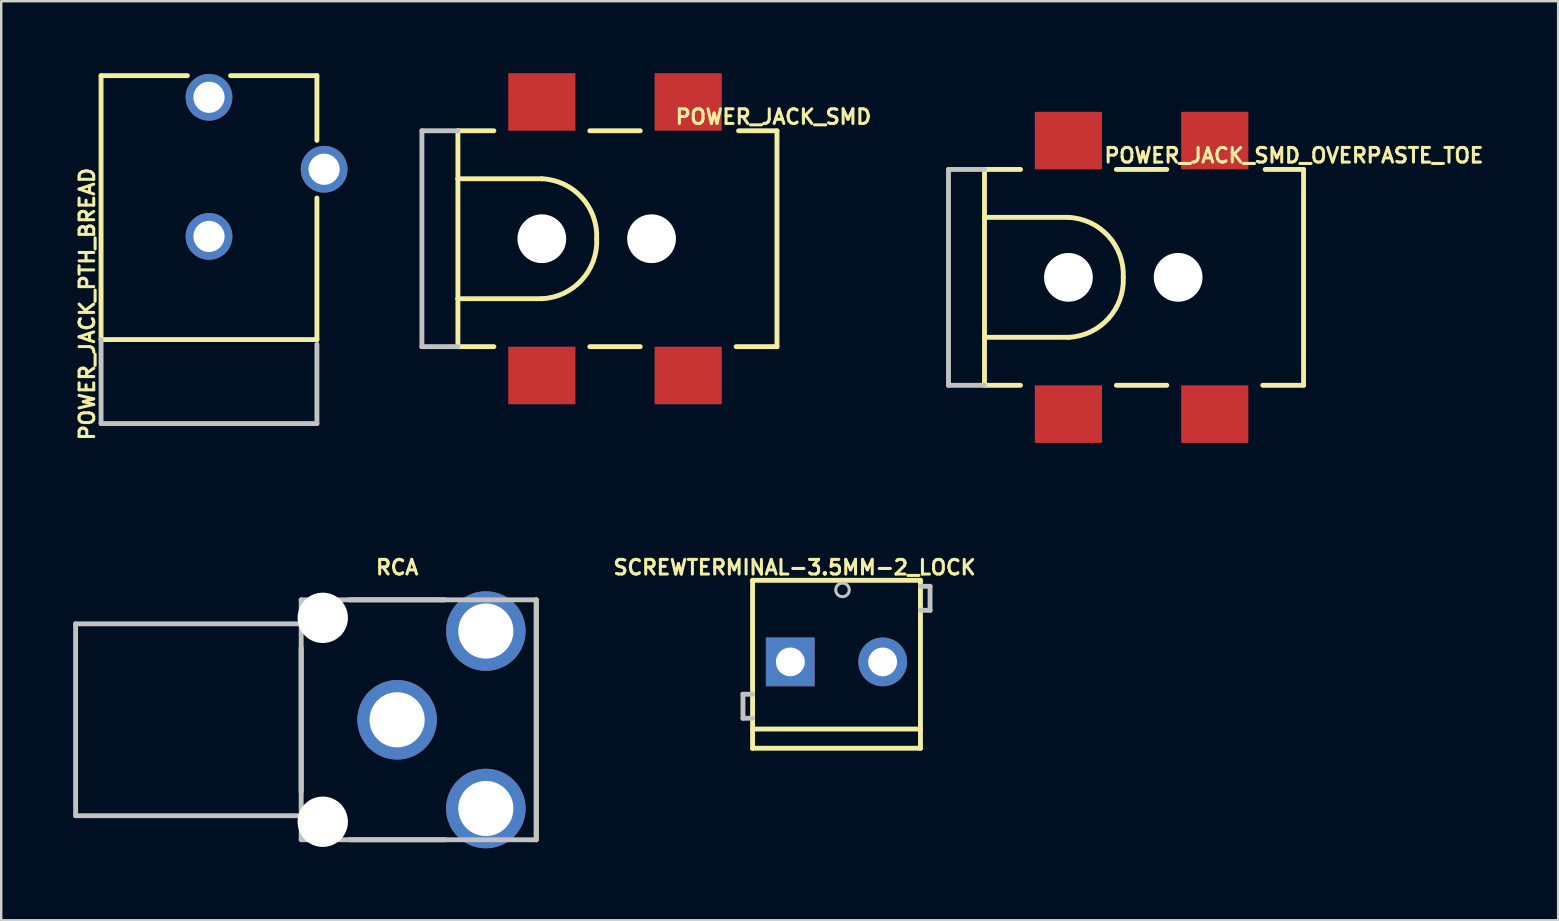
<source format=kicad_pcb>
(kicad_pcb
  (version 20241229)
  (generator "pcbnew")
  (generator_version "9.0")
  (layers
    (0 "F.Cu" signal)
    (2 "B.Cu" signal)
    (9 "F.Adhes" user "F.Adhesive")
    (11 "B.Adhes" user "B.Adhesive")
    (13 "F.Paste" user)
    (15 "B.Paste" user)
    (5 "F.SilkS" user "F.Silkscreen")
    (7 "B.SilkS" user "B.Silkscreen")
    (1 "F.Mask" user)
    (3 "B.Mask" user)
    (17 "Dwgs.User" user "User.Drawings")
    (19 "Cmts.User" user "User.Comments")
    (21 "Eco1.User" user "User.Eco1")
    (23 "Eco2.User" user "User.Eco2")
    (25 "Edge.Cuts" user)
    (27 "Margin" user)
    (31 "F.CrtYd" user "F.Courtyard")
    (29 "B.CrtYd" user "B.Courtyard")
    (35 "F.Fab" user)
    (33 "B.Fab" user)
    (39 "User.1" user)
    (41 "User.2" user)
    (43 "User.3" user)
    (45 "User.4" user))
  (footprint "SCREWTERMINAL-3.5MM-2_LOCK"
    (layer "F.Cu")
    (at 30.063 24.535)
    (property "Reference" "SCREWTERMINAL-3.5MM-2_LOCK" (at 0 -3.937 0) (layer "F.SilkS") (effects (font (size 0.61 0.61) (thickness 0.127))))
    (attr exclude_from_pos_files exclude_from_bom)
    (fp_line (start -1.748 -3.399) (end 5.248 -3.399) (stroke (width 0.203) (type solid)) (layer "F.SilkS"))
    (fp_line (start -1.748 2.799) (end -1.748 -3.399) (stroke (width 0.203) (type solid)) (layer "F.SilkS"))
    (fp_line (start -1.748 3.599) (end -1.748 2.799) (stroke (width 0.203) (type solid)) (layer "F.SilkS"))
    (fp_line (start 5.248 -3.399) (end 5.248 2.799) (stroke (width 0.203) (type solid)) (layer "F.SilkS"))
    (fp_line (start 5.248 2.799) (end -1.748 2.799) (stroke (width 0.203) (type solid)) (layer "F.SilkS"))
    (fp_line (start 5.248 2.799) (end 5.248 3.599) (stroke (width 0.203) (type solid)) (layer "F.SilkS"))
    (fp_line (start 5.248 3.599) (end -1.748 3.599) (stroke (width 0.203) (type solid)) (layer "F.SilkS"))
    (fp_line (start -2.149 1.349) (end -2.149 2.349) (stroke (width 0.203) (type solid)) (layer "Dwgs.User"))
    (fp_line (start -2.149 2.349) (end -1.748 2.349) (stroke (width 0.203) (type solid)) (layer "Dwgs.User"))
    (fp_line (start -1.748 1.349) (end -2.149 1.349) (stroke (width 0.203) (type solid)) (layer "Dwgs.User"))
    (fp_line (start 5.248 -3.15) (end 5.649 -3.15) (stroke (width 0.203) (type solid)) (layer "Dwgs.User"))
    (fp_line (start 5.649 -3.15) (end 5.649 -2.149) (stroke (width 0.203) (type solid)) (layer "Dwgs.User"))
    (fp_line (start 5.649 -2.149) (end 5.248 -2.149) (stroke (width 0.203) (type solid)) (layer "Dwgs.User"))
    (fp_circle (center 0 0) (end 0 -0.432) (stroke (width 0.025) (type solid)) (fill no) (layer "Dwgs.User"))
    (fp_circle (center 1.999 -3) (end 1.999 -3.282) (stroke (width 0.127) (type solid)) (fill no) (layer "Dwgs.User"))
    (fp_circle (center 3.498 0) (end 3.498 -0.432) (stroke (width 0.025) (type solid)) (fill no) (layer "Dwgs.User"))
    (pad "1" thru_hole rect (at -0.178 0) (size 2.032 2.032) (drill 1.199) (layers "*.Cu" "*.Mask"))
    (pad "2" thru_hole circle (at 3.675 0) (size 2.032 2.032) (drill 1.199) (layers "*.Cu" "*.Mask")))
  (footprint "POWER_JACK_SMD"
    (layer "F.Cu")
    (at 19.532 6.899)
    (property "Reference" "POWER_JACK_SMD" (at 9.652 -5.08 0) (layer "F.SilkS") (effects (font (size 0.61 0.61) (thickness 0.127))))
    (attr smd)
    (fp_line (start -3.498 -4.498) (end -3.498 -2.499) (stroke (width 0.203) (type solid)) (layer "F.SilkS"))
    (fp_line (start -3.498 -4.498) (end -1.999 -4.498) (stroke (width 0.203) (type solid)) (layer "F.SilkS"))
    (fp_line (start -3.498 -2.499) (end -3.498 2.499) (stroke (width 0.203) (type solid)) (layer "F.SilkS"))
    (fp_line (start -3.498 -2.499) (end 0 -2.499) (stroke (width 0.203) (type solid)) (layer "F.SilkS"))
    (fp_line (start -3.498 2.499) (end -3.498 4.498) (stroke (width 0.203) (type solid)) (layer "F.SilkS"))
    (fp_line (start -1.999 4.498) (end -3.498 4.498) (stroke (width 0.203) (type solid)) (layer "F.SilkS"))
    (fp_line (start 0 2.499) (end -3.498 2.499) (stroke (width 0.203) (type solid)) (layer "F.SilkS"))
    (fp_line (start 1.999 -4.498) (end 4.1 -4.498) (stroke (width 0.203) (type solid)) (layer "F.SilkS"))
    (fp_line (start 4.1 4.498) (end 1.999 4.498) (stroke (width 0.203) (type solid)) (layer "F.SilkS"))
    (fp_line (start 8.199 -4.498) (end 9.799 -4.498) (stroke (width 0.203) (type solid)) (layer "F.SilkS"))
    (fp_line (start 9.799 -4.498) (end 9.799 4.498) (stroke (width 0.203) (type solid)) (layer "F.SilkS"))
    (fp_line (start 9.799 4.498) (end 8.098 4.498) (stroke (width 0.203) (type solid)) (layer "F.SilkS"))
    (fp_arc (start 0 -2.49936) (mid 1.660634 -1.723126) (end 2.286 0) (stroke (width 0.2032) (type solid)) (layer "F.SilkS"))
    (fp_arc (start 2.286 0) (mid 1.660634 1.723126) (end 0 2.49936) (stroke (width 0.2032) (type solid)) (layer "F.SilkS"))
    (fp_line (start -4.999 -4.498) (end -4.999 4.498) (stroke (width 0.203) (type solid)) (layer "Dwgs.User"))
    (fp_line (start -4.999 -4.498) (end -3.498 -4.498) (stroke (width 0.203) (type solid)) (layer "Dwgs.User"))
    (fp_line (start -3.498 4.498) (end -4.999 4.498) (stroke (width 0.203) (type solid)) (layer "Dwgs.User"))
    (pad "" np_thru_hole circle (at 0 0) (size 2.032 2.032) (drill 2.032) (layers "*.Cu" "*.Mask"))
    (pad "" np_thru_hole circle (at 4.572 0) (size 2.032 2.032) (drill 2.032) (layers "*.Cu" "*.Mask"))
    (pad "GND" smd rect (at 0 5.7) (size 2.799 2.398) (layers "F.Cu" "F.Mask" "F.Paste"))
    (pad "P$4" smd rect (at 6.099 5.7) (size 2.799 2.398) (layers "F.Cu" "F.Mask" "F.Paste"))
    (pad "VIN0" smd rect (at 0 -5.7) (size 2.799 2.398) (layers "F.Cu" "F.Mask" "F.Paste"))
    (pad "VIN1" smd rect (at 6.099 -5.7) (size 2.799 2.398) (layers "F.Cu" "F.Mask" "F.Paste")))
  (footprint "RCA"
    (layer "F.Cu")
    (at 13.5 26.948)
    (property "Reference" "RCA" (at 0 -6.35 0) (layer "F.SilkS") (effects (font (size 0.61 0.61) (thickness 0.127))))
    (attr exclude_from_pos_files exclude_from_bom)
    (fp_line (start -3.998 -3) (end -3.998 3) (stroke (width 0.203) (type solid)) (layer "F.SilkS"))
    (fp_line (start -1.999 -4.999) (end 1.999 -4.999) (stroke (width 0.203) (type solid)) (layer "F.SilkS"))
    (fp_line (start -1.999 4.999) (end 1.999 4.999) (stroke (width 0.203) (type solid)) (layer "F.SilkS"))
    (fp_line (start 5.799 -4.999) (end 5.799 4.999) (stroke (width 0.203) (type solid)) (layer "F.SilkS"))
    (fp_line (start -13.399 -3.998) (end -13.399 3.998) (stroke (width 0.203) (type solid)) (layer "Dwgs.User"))
    (fp_line (start -13.399 3.998) (end -3.998 3.998) (stroke (width 0.203) (type solid)) (layer "Dwgs.User"))
    (fp_line (start -3.998 -4.999) (end -3.998 4.999) (stroke (width 0.203) (type solid)) (layer "Dwgs.User"))
    (fp_line (start -3.998 -3.998) (end -13.399 -3.998) (stroke (width 0.203) (type solid)) (layer "Dwgs.User"))
    (fp_line (start -3.998 4.999) (end 5.799 4.999) (stroke (width 0.203) (type solid)) (layer "Dwgs.User"))
    (fp_line (start 5.799 -4.999) (end -3.998 -4.999) (stroke (width 0.203) (type solid)) (layer "Dwgs.User"))
    (fp_line (start 5.799 4.999) (end 5.799 -4.999) (stroke (width 0.203) (type solid)) (layer "Dwgs.User"))
    (pad "" np_thru_hole circle (at -3.099 -4.249) (size 2.098 2.098) (drill 2.098) (layers "*.Cu" "*.Mask"))
    (pad "" np_thru_hole circle (at -3.099 4.249) (size 2.098 2.098) (drill 2.098) (layers "*.Cu" "*.Mask"))
    (pad "PIN" thru_hole circle (at 3.698 -3.698) (size 3.315 3.315) (drill 2.299) (layers "*.Cu" "*.Mask"))
    (pad "SHEL" thru_hole circle (at 0 0) (size 3.315 3.315) (drill 2.299) (layers "*.Cu" "*.Mask"))
    (pad "SWIT" thru_hole circle (at 3.698 3.698) (size 3.315 3.315) (drill 2.299) (layers "*.Cu" "*.Mask")))
  (footprint "POWER_JACK_PTH_BREAD"
    (layer "F.Cu")
    (at 5.66 14.702)
    (property "Reference" "POWER_JACK_PTH_BREAD" (at -5.08 -5.08 90) (layer "F.SilkS") (effects (font (size 0.61 0.61) (thickness 0.127))))
    (attr exclude_from_pos_files exclude_from_bom)
    (fp_line (start -4.498 -14.6) (end -0.899 -14.6) (stroke (width 0.203) (type solid)) (layer "F.SilkS"))
    (fp_line (start -4.498 -3.599) (end -4.498 -14.6) (stroke (width 0.203) (type solid)) (layer "F.SilkS"))
    (fp_line (start -4.498 -3.599) (end 4.498 -3.599) (stroke (width 0.203) (type solid)) (layer "F.SilkS"))
    (fp_line (start 4.498 -14.6) (end 0.899 -14.6) (stroke (width 0.203) (type solid)) (layer "F.SilkS"))
    (fp_line (start 4.498 -14.6) (end 4.498 -11.9) (stroke (width 0.203) (type solid)) (layer "F.SilkS"))
    (fp_line (start 4.498 -3.599) (end 4.498 -9.5) (stroke (width 0.203) (type solid)) (layer "F.SilkS"))
    (fp_line (start -4.498 -3.599) (end -4.498 -0.099) (stroke (width 0.203) (type solid)) (layer "Dwgs.User"))
    (fp_line (start 4.498 -0.099) (end -4.498 -0.099) (stroke (width 0.203) (type solid)) (layer "Dwgs.User"))
    (fp_line (start 4.498 -0.099) (end 4.498 -3.399) (stroke (width 0.203) (type solid)) (layer "Dwgs.User"))
    (pad "GND" thru_hole circle (at 0 -7.899) (size 1.948 1.948) (drill 1.298) (layers "*.Cu" "*.Mask"))
    (pad "GNDB" thru_hole circle (at 4.798 -10.698) (size 1.948 1.948) (drill 1.298) (layers "*.Cu" "*.Mask"))
    (pad "PWR" thru_hole circle (at 0 -13.698) (size 1.948 1.948) (drill 1.298) (layers "*.Cu" "*.Mask")))
  (footprint "POWER_JACK_SMD_OVERPASTE_TOE"
    (layer "F.Cu")
    (at 41.478 8.509)
    (property "Reference" "POWER_JACK_SMD_OVERPASTE_TOE" (at 9.398 -5.08 0) (layer "F.SilkS") (effects (font (size 0.61 0.61) (thickness 0.127))))
    (attr smd)
    (fp_line (start -3.498 -4.498) (end -3.498 -2.499) (stroke (width 0.203) (type solid)) (layer "F.SilkS"))
    (fp_line (start -3.498 -4.498) (end -1.999 -4.498) (stroke (width 0.203) (type solid)) (layer "F.SilkS"))
    (fp_line (start -3.498 -2.499) (end -3.498 2.499) (stroke (width 0.203) (type solid)) (layer "F.SilkS"))
    (fp_line (start -3.498 -2.499) (end 0 -2.499) (stroke (width 0.203) (type solid)) (layer "F.SilkS"))
    (fp_line (start -3.498 2.499) (end -3.498 4.498) (stroke (width 0.203) (type solid)) (layer "F.SilkS"))
    (fp_line (start -1.999 4.498) (end -3.498 4.498) (stroke (width 0.203) (type solid)) (layer "F.SilkS"))
    (fp_line (start 0 2.499) (end -3.498 2.499) (stroke (width 0.203) (type solid)) (layer "F.SilkS"))
    (fp_line (start 1.999 -4.498) (end 4.1 -4.498) (stroke (width 0.203) (type solid)) (layer "F.SilkS"))
    (fp_line (start 4.1 4.498) (end 1.999 4.498) (stroke (width 0.203) (type solid)) (layer "F.SilkS"))
    (fp_line (start 8.199 -4.498) (end 9.799 -4.498) (stroke (width 0.203) (type solid)) (layer "F.SilkS"))
    (fp_line (start 9.799 -4.498) (end 9.799 4.498) (stroke (width 0.203) (type solid)) (layer "F.SilkS"))
    (fp_line (start 9.799 4.498) (end 8.098 4.498) (stroke (width 0.203) (type solid)) (layer "F.SilkS"))
    (fp_arc (start 0 -2.49936) (mid 1.660634 -1.723126) (end 2.286 0) (stroke (width 0.2032) (type solid)) (layer "F.SilkS"))
    (fp_arc (start 2.286 0) (mid 1.660634 1.723126) (end 0 2.49936) (stroke (width 0.2032) (type solid)) (layer "F.SilkS"))
    (fp_line (start -1.27 -8.255) (end -1.27 -4.699) (stroke (width 0.508) (type solid)) (layer "F.Paste"))
    (fp_line (start -1.27 -8.255) (end 1.27 -8.255) (stroke (width 0.508) (type solid)) (layer "F.Paste"))
    (fp_line (start -1.27 -7.747) (end 1.27 -7.747) (stroke (width 0.508) (type solid)) (layer "F.Paste"))
    (fp_line (start -1.27 -7.239) (end 1.27 -7.239) (stroke (width 0.508) (type solid)) (layer "F.Paste"))
    (fp_line (start -1.27 -6.731) (end 1.27 -6.731) (stroke (width 0.508) (type solid)) (layer "F.Paste"))
    (fp_line (start -1.27 -6.223) (end 1.27 -6.223) (stroke (width 0.508) (type solid)) (layer "F.Paste"))
    (fp_line (start -1.27 -5.715) (end 1.27 -5.715) (stroke (width 0.508) (type solid)) (layer "F.Paste"))
    (fp_line (start -1.27 -5.207) (end 1.27 -5.207) (stroke (width 0.508) (type solid)) (layer "F.Paste"))
    (fp_line (start -1.27 -4.699) (end 1.27 -4.699) (stroke (width 0.508) (type solid)) (layer "F.Paste"))
    (fp_line (start -1.27 4.699) (end -1.27 8.255) (stroke (width 0.508) (type solid)) (layer "F.Paste"))
    (fp_line (start -1.27 4.699) (end 1.27 4.699) (stroke (width 0.508) (type solid)) (layer "F.Paste"))
    (fp_line (start -1.27 5.207) (end 1.27 5.207) (stroke (width 0.508) (type solid)) (layer "F.Paste"))
    (fp_line (start -1.27 5.715) (end 1.27 5.715) (stroke (width 0.508) (type solid)) (layer "F.Paste"))
    (fp_line (start -1.27 6.223) (end 1.27 6.223) (stroke (width 0.508) (type solid)) (layer "F.Paste"))
    (fp_line (start -1.27 6.731) (end 1.27 6.731) (stroke (width 0.508) (type solid)) (layer "F.Paste"))
    (fp_line (start -1.27 7.239) (end 1.27 7.239) (stroke (width 0.508) (type solid)) (layer "F.Paste"))
    (fp_line (start -1.27 7.747) (end 1.27 7.747) (stroke (width 0.508) (type solid)) (layer "F.Paste"))
    (fp_line (start -1.27 8.255) (end 1.27 8.255) (stroke (width 0.508) (type solid)) (layer "F.Paste"))
    (fp_line (start 1.27 -8.255) (end 1.27 -4.699) (stroke (width 0.508) (type solid)) (layer "F.Paste"))
    (fp_line (start 1.27 4.699) (end 1.27 8.255) (stroke (width 0.508) (type solid)) (layer "F.Paste"))
    (fp_line (start 4.826 -8.255) (end 4.826 -4.699) (stroke (width 0.508) (type solid)) (layer "F.Paste"))
    (fp_line (start 4.826 -8.255) (end 7.366 -8.255) (stroke (width 0.508) (type solid)) (layer "F.Paste"))
    (fp_line (start 4.826 -7.747) (end 7.366 -7.747) (stroke (width 0.508) (type solid)) (layer "F.Paste"))
    (fp_line (start 4.826 -7.239) (end 7.366 -7.239) (stroke (width 0.508) (type solid)) (layer "F.Paste"))
    (fp_line (start 4.826 -6.731) (end 7.366 -6.731) (stroke (width 0.508) (type solid)) (layer "F.Paste"))
    (fp_line (start 4.826 -6.223) (end 7.366 -6.223) (stroke (width 0.508) (type solid)) (layer "F.Paste"))
    (fp_line (start 4.826 -5.715) (end 7.366 -5.715) (stroke (width 0.508) (type solid)) (layer "F.Paste"))
    (fp_line (start 4.826 -5.207) (end 7.366 -5.207) (stroke (width 0.508) (type solid)) (layer "F.Paste"))
    (fp_line (start 4.826 -4.699) (end 7.366 -4.699) (stroke (width 0.508) (type solid)) (layer "F.Paste"))
    (fp_line (start 4.826 4.699) (end 4.826 8.255) (stroke (width 0.508) (type solid)) (layer "F.Paste"))
    (fp_line (start 4.826 4.699) (end 7.366 4.699) (stroke (width 0.508) (type solid)) (layer "F.Paste"))
    (fp_line (start 4.826 5.207) (end 7.366 5.207) (stroke (width 0.508) (type solid)) (layer "F.Paste"))
    (fp_line (start 4.826 5.715) (end 7.366 5.715) (stroke (width 0.508) (type solid)) (layer "F.Paste"))
    (fp_line (start 4.826 6.223) (end 7.366 6.223) (stroke (width 0.508) (type solid)) (layer "F.Paste"))
    (fp_line (start 4.826 6.731) (end 7.366 6.731) (stroke (width 0.508) (type solid)) (layer "F.Paste"))
    (fp_line (start 4.826 7.239) (end 7.366 7.239) (stroke (width 0.508) (type solid)) (layer "F.Paste"))
    (fp_line (start 4.826 7.747) (end 7.366 7.747) (stroke (width 0.508) (type solid)) (layer "F.Paste"))
    (fp_line (start 4.826 8.255) (end 7.366 8.255) (stroke (width 0.508) (type solid)) (layer "F.Paste"))
    (fp_line (start 7.366 -8.255) (end 7.366 -4.699) (stroke (width 0.508) (type solid)) (layer "F.Paste"))
    (fp_line (start 7.366 4.699) (end 7.366 8.255) (stroke (width 0.508) (type solid)) (layer "F.Paste"))
    (fp_line (start -4.999 -4.498) (end -4.999 4.498) (stroke (width 0.203) (type solid)) (layer "Dwgs.User"))
    (fp_line (start -4.999 -4.498) (end -3.498 -4.498) (stroke (width 0.203) (type solid)) (layer "Dwgs.User"))
    (fp_line (start -3.498 4.498) (end -4.999 4.498) (stroke (width 0.203) (type solid)) (layer "Dwgs.User"))
    (pad "" np_thru_hole circle (at 0 0) (size 2.032 2.032) (drill 2.032) (layers "*.Cu" "*.Mask"))
    (pad "" np_thru_hole circle (at 4.572 0) (size 2.032 2.032) (drill 2.032) (layers "*.Cu" "*.Mask"))
    (pad "GND" smd rect (at 0 5.7) (size 2.799 2.398) (layers "F.Cu" "F.Mask" "F.Paste"))
    (pad "P$4" smd rect (at 6.099 5.7) (size 2.799 2.398) (layers "F.Cu" "F.Mask" "F.Paste"))
    (pad "VIN0" smd rect (at 0 -5.7) (size 2.799 2.398) (layers "F.Cu" "F.Mask" "F.Paste"))
    (pad "VIN1" smd rect (at 6.099 -5.7) (size 2.799 2.398) (layers "F.Cu" "F.Mask" "F.Paste")))
  (gr_rect
    (start -3 -3)
    (end 61.887 35.303)
    (stroke (width 0.1) (type default))
    (fill no)
    (layer "Edge.Cuts")))
</source>
